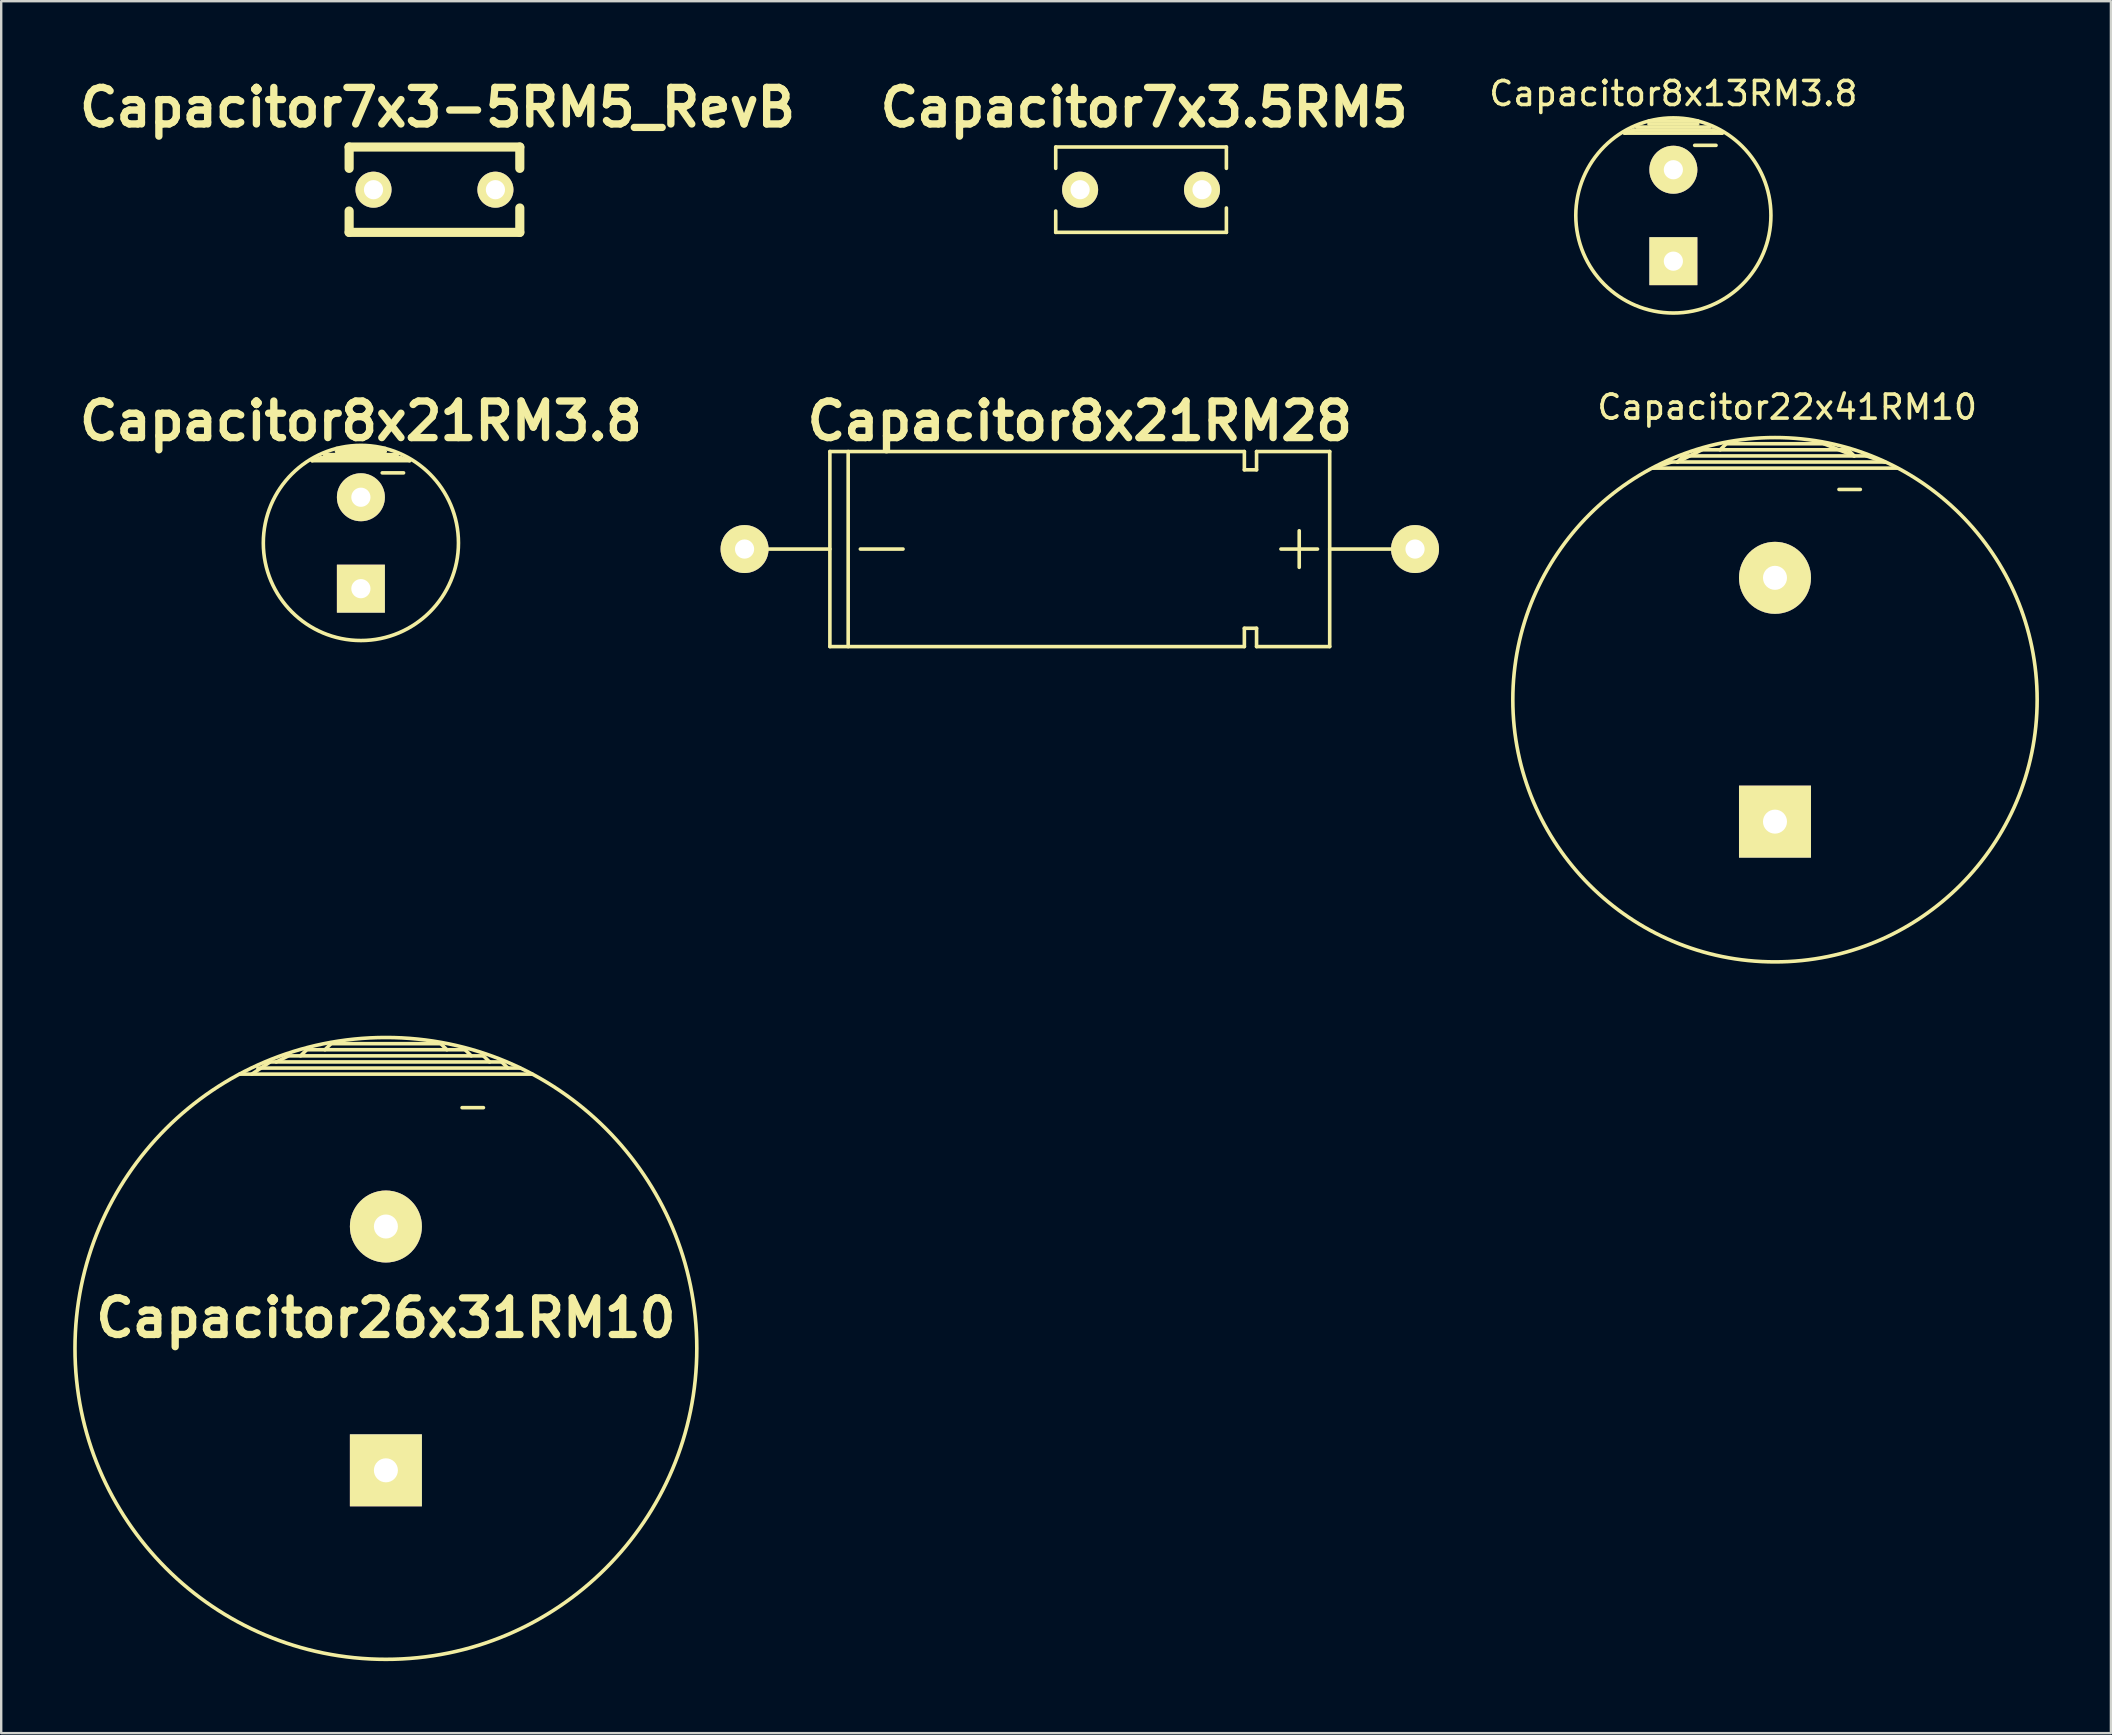
<source format=kicad_pcb>
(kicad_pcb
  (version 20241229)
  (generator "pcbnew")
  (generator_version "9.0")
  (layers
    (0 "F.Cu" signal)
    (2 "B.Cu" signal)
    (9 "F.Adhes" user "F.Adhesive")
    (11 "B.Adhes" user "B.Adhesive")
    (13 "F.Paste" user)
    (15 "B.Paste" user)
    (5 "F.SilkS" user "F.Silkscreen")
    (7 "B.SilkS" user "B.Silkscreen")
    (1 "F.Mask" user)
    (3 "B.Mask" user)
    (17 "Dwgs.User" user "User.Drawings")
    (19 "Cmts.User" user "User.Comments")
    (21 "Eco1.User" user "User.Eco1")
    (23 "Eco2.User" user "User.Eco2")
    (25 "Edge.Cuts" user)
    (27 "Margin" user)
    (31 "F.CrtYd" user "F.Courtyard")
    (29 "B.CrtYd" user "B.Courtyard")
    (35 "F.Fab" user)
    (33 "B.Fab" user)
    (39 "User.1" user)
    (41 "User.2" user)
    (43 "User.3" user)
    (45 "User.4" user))
  (footprint "Capacitor7x3-5RM5_RevB"
    (layer "F.Cu")
    (at 15.055 4.855)
    (property "Reference" "Capacitor7x3-5RM5_RevB" (at 0.127 -3.429 0) (layer "F.SilkS") (effects (font (size 1.524 1.524) (thickness 0.305))))
    (attr through_hole)
    (fp_line (start -3.556 -1.778) (end -3.556 -0.889) (stroke (width 0.381) (type solid)) (layer "F.SilkS"))
    (fp_line (start -3.556 1.778) (end -3.556 0.889) (stroke (width 0.381) (type solid)) (layer "F.SilkS"))
    (fp_line (start -3.556 1.778) (end 3.556 1.778) (stroke (width 0.381) (type solid)) (layer "F.SilkS"))
    (fp_line (start 3.556 -1.778) (end -3.556 -1.778) (stroke (width 0.381) (type solid)) (layer "F.SilkS"))
    (fp_line (start 3.556 -1.778) (end 3.556 -0.889) (stroke (width 0.381) (type solid)) (layer "F.SilkS"))
    (fp_line (start 3.556 1.778) (end 3.556 0.762) (stroke (width 0.381) (type solid)) (layer "F.SilkS"))
    (pad "1" thru_hole circle (at -2.54 0) (size 1.501 1.501) (drill 0.8) (layers "*.Cu" "*.Mask" "F.SilkS"))
    (pad "2" thru_hole circle (at 2.54 0) (size 1.501 1.501) (drill 0.8) (layers "*.Cu" "*.Mask" "F.SilkS")))
  (footprint "Capacitor26x31RM10"
    (layer "F.Cu")
    (at 13.031 53.141)
    (property "Reference" "Capacitor26x31RM10" (at 0 -1.27 0) (layer "F.SilkS") (effects (font (size 1.524 1.524) (thickness 0.305))))
    (attr through_hole)
    (fp_line (start -5.334 -11.684) (end 5.588 -11.684) (stroke (width 0.15) (type solid)) (layer "F.SilkS"))
    (fp_line (start -4.826 -11.938) (end -5.588 -11.43) (stroke (width 0.15) (type solid)) (layer "F.SilkS"))
    (fp_line (start -4.572 -11.938) (end -4.064 -12.192) (stroke (width 0.15) (type solid)) (layer "F.SilkS"))
    (fp_line (start -4.064 -12.192) (end 4.064 -12.192) (stroke (width 0.15) (type solid)) (layer "F.SilkS"))
    (fp_line (start -3.302 -12.446) (end -3.556 -12.192) (stroke (width 0.15) (type solid)) (layer "F.SilkS"))
    (fp_line (start -2.54 -12.446) (end -2.286 -12.7) (stroke (width 0.15) (type solid)) (layer "F.SilkS"))
    (fp_line (start -2.286 -12.7) (end 2.286 -12.7) (stroke (width 0.15) (type solid)) (layer "F.SilkS"))
    (fp_line (start 2.286 -12.7) (end 2.54 -12.446) (stroke (width 0.15) (type solid)) (layer "F.SilkS"))
    (fp_line (start 3.175 -10.033) (end 4.064 -10.033) (stroke (width 0.15) (type solid)) (layer "F.SilkS"))
    (fp_line (start 3.302 -12.446) (end -3.302 -12.446) (stroke (width 0.15) (type solid)) (layer "F.SilkS"))
    (fp_line (start 3.556 -12.192) (end 3.302 -12.446) (stroke (width 0.15) (type solid)) (layer "F.SilkS"))
    (fp_line (start 4.064 -12.192) (end 4.318 -11.938) (stroke (width 0.15) (type solid)) (layer "F.SilkS"))
    (fp_line (start 4.826 -11.938) (end -4.826 -11.938) (stroke (width 0.15) (type solid)) (layer "F.SilkS"))
    (fp_line (start 5.08 -11.684) (end 4.826 -11.938) (stroke (width 0.15) (type solid)) (layer "F.SilkS"))
    (fp_line (start 6.096 -11.43) (end -6.096 -11.43) (stroke (width 0.15) (type solid)) (layer "F.SilkS"))
    (fp_circle (center 0 0) (end -12.954 -0.254) (stroke (width 0.15) (type solid)) (fill no) (layer "F.SilkS"))
    (pad "1" thru_hole rect (at 0 5.08) (size 3 3) (drill 1.001) (layers "*.Cu" "*.Mask" "F.SilkS"))
    (pad "2" thru_hole circle (at 0 -5.08) (size 3 3) (drill 1.001) (layers "*.Cu" "*.Mask" "F.SilkS")))
  (footprint "Capacitor7x3.5RM5"
    (layer "F.Cu")
    (at 41.96 4.855)
    (property "Reference" "Capacitor7x3.5RM5" (at 2.667 -3.429 0) (layer "F.SilkS") (effects (font (size 1.524 1.524) (thickness 0.305))))
    (attr through_hole)
    (fp_line (start -1.016 -1.778) (end -1.016 -0.889) (stroke (width 0.15) (type solid)) (layer "F.SilkS"))
    (fp_line (start -1.016 1.778) (end -1.016 0.889) (stroke (width 0.15) (type solid)) (layer "F.SilkS"))
    (fp_line (start -1.016 1.778) (end 6.096 1.778) (stroke (width 0.15) (type solid)) (layer "F.SilkS"))
    (fp_line (start 6.096 -1.778) (end -1.016 -1.778) (stroke (width 0.15) (type solid)) (layer "F.SilkS"))
    (fp_line (start 6.096 -1.778) (end 6.096 -0.889) (stroke (width 0.15) (type solid)) (layer "F.SilkS"))
    (fp_line (start 6.096 1.778) (end 6.096 0.762) (stroke (width 0.15) (type solid)) (layer "F.SilkS"))
    (pad "1" thru_hole circle (at 0 0) (size 1.501 1.501) (drill 0.8) (layers "*.Cu" "*.Mask" "F.SilkS"))
    (pad "2" thru_hole circle (at 5.08 0) (size 1.501 1.501) (drill 0.8) (layers "*.Cu" "*.Mask" "F.SilkS")))
  (footprint "Capacitor8x13RM3.8"
    (layer "F.Cu")
    (at 66.682 5.928)
    (property "Reference" "Capacitor8x13RM3.8" (at 0 -5.08 0) (layer "F.SilkS") (effects (font (size 1 1) (thickness 0.15))))
    (attr through_hole)
    (fp_line (start -2.032 -3.429) (end -1.651 -3.556) (stroke (width 0.15) (type solid)) (layer "F.SilkS"))
    (fp_line (start -1.651 -3.556) (end 1.651 -3.556) (stroke (width 0.15) (type solid)) (layer "F.SilkS"))
    (fp_line (start -1.524 -3.683) (end 1.524 -3.683) (stroke (width 0.15) (type solid)) (layer "F.SilkS"))
    (fp_line (start -1.016 -3.81) (end 1.016 -3.81) (stroke (width 0.15) (type solid)) (layer "F.SilkS"))
    (fp_line (start 0.889 -2.921) (end 1.778 -2.921) (stroke (width 0.15) (type solid)) (layer "F.SilkS"))
    (fp_line (start 1.016 -3.937) (end -1.016 -3.937) (stroke (width 0.15) (type solid)) (layer "F.SilkS"))
    (fp_line (start 1.651 -3.556) (end 2.032 -3.429) (stroke (width 0.15) (type solid)) (layer "F.SilkS"))
    (fp_line (start 2.032 -3.429) (end -2.032 -3.429) (stroke (width 0.15) (type solid)) (layer "F.SilkS"))
    (fp_circle (center 0 0) (end -4.064 0.127) (stroke (width 0.15) (type solid)) (fill no) (layer "F.SilkS"))
    (pad "1" thru_hole rect (at 0 1.905) (size 1.999 1.999) (drill 0.8) (layers "*.Cu" "*.Mask" "F.SilkS"))
    (pad "2" thru_hole circle (at 0 -1.905) (size 1.999 1.999) (drill 0.8) (layers "*.Cu" "*.Mask" "F.SilkS")))
  (footprint "Capacitor22x41RM10"
    (layer "F.Cu")
    (at 70.917 26.109)
    (property "Reference" "Capacitor22x41RM10" (at 0.508 -12.192 0) (layer "F.SilkS") (effects (font (size 1 1) (thickness 0.15))))
    (attr through_hole)
    (fp_line (start -5.08 -9.652) (end -4.318 -9.906) (stroke (width 0.15) (type solid)) (layer "F.SilkS"))
    (fp_line (start -4.318 -9.906) (end 4.572 -9.906) (stroke (width 0.15) (type solid)) (layer "F.SilkS"))
    (fp_line (start -4.064 -9.906) (end -3.048 -10.414) (stroke (width 0.15) (type solid)) (layer "F.SilkS"))
    (fp_line (start -3.81 -10.16) (end -4.064 -9.906) (stroke (width 0.15) (type solid)) (layer "F.SilkS"))
    (fp_line (start -3.048 -10.414) (end 3.048 -10.414) (stroke (width 0.15) (type solid)) (layer "F.SilkS"))
    (fp_line (start -2.032 -10.668) (end -2.286 -10.414) (stroke (width 0.15) (type solid)) (layer "F.SilkS"))
    (fp_line (start 2.032 -10.668) (end -2.032 -10.668) (stroke (width 0.15) (type solid)) (layer "F.SilkS"))
    (fp_line (start 2.667 -8.763) (end 3.556 -8.763) (stroke (width 0.15) (type solid)) (layer "F.SilkS"))
    (fp_line (start 3.048 -10.414) (end 3.302 -10.16) (stroke (width 0.15) (type solid)) (layer "F.SilkS"))
    (fp_line (start 3.302 -10.16) (end 2.032 -10.668) (stroke (width 0.15) (type solid)) (layer "F.SilkS"))
    (fp_line (start 3.81 -10.16) (end -3.81 -10.16) (stroke (width 0.15) (type solid)) (layer "F.SilkS"))
    (fp_line (start 4.572 -9.906) (end 3.81 -10.16) (stroke (width 0.15) (type solid)) (layer "F.SilkS"))
    (fp_line (start 5.08 -9.652) (end -5.08 -9.652) (stroke (width 0.15) (type solid)) (layer "F.SilkS"))
    (fp_circle (center 0 0) (end 10.922 -0.254) (stroke (width 0.15) (type solid)) (fill no) (layer "F.SilkS"))
    (pad "1" thru_hole rect (at 0 5.08) (size 3 3) (drill 1.001) (layers "*.Cu" "*.Mask" "F.SilkS"))
    (pad "2" thru_hole circle (at 0 -5.08) (size 3 3) (drill 1.001) (layers "*.Cu" "*.Mask" "F.SilkS")))
  (footprint "Capacitor8x21RM28"
    (layer "F.Cu")
    (at 41.947 19.83)
    (property "Reference" "Capacitor8x21RM28" (at 0 -5.334 0) (layer "F.SilkS") (effects (font (size 1.524 1.524) (thickness 0.305))))
    (attr through_hole)
    (fp_line (start -10.414 0) (end -13.97 0) (stroke (width 0.15) (type solid)) (layer "F.SilkS"))
    (fp_line (start -10.414 4.064) (end -10.414 -4.064) (stroke (width 0.15) (type solid)) (layer "F.SilkS"))
    (fp_line (start -10.414 4.064) (end 6.858 4.064) (stroke (width 0.15) (type solid)) (layer "F.SilkS"))
    (fp_line (start -9.652 -4.064) (end -9.652 4.064) (stroke (width 0.15) (type solid)) (layer "F.SilkS"))
    (fp_line (start -9.144 0) (end -7.366 0) (stroke (width 0.15) (type solid)) (layer "F.SilkS"))
    (fp_line (start 6.858 -4.064) (end -10.414 -4.064) (stroke (width 0.15) (type solid)) (layer "F.SilkS"))
    (fp_line (start 6.858 -3.302) (end 6.858 -4.064) (stroke (width 0.15) (type solid)) (layer "F.SilkS"))
    (fp_line (start 6.858 3.302) (end 7.366 3.302) (stroke (width 0.15) (type solid)) (layer "F.SilkS"))
    (fp_line (start 6.858 4.064) (end 6.858 3.302) (stroke (width 0.15) (type solid)) (layer "F.SilkS"))
    (fp_line (start 7.366 -4.064) (end 7.366 -3.302) (stroke (width 0.15) (type solid)) (layer "F.SilkS"))
    (fp_line (start 7.366 -3.302) (end 6.858 -3.302) (stroke (width 0.15) (type solid)) (layer "F.SilkS"))
    (fp_line (start 7.366 3.302) (end 7.366 4.064) (stroke (width 0.15) (type solid)) (layer "F.SilkS"))
    (fp_line (start 7.366 4.064) (end 10.414 4.064) (stroke (width 0.15) (type solid)) (layer "F.SilkS"))
    (fp_line (start 9.144 0.762) (end 9.144 -0.762) (stroke (width 0.15) (type solid)) (layer "F.SilkS"))
    (fp_line (start 9.906 0) (end 8.382 0) (stroke (width 0.15) (type solid)) (layer "F.SilkS"))
    (fp_line (start 10.414 -4.064) (end 7.366 -4.064) (stroke (width 0.15) (type solid)) (layer "F.SilkS"))
    (fp_line (start 10.414 -4.064) (end 10.414 4.064) (stroke (width 0.15) (type solid)) (layer "F.SilkS"))
    (fp_line (start 10.414 0) (end 13.97 0) (stroke (width 0.15) (type solid)) (layer "F.SilkS"))
    (pad "1" thru_hole circle (at 13.97 0) (size 1.999 1.999) (drill 0.8) (layers "*.Cu" "*.Mask" "F.SilkS"))
    (pad "2" thru_hole circle (at -13.97 0) (size 1.999 1.999) (drill 0.8) (layers "*.Cu" "*.Mask" "F.SilkS")))
  (footprint "Capacitor8x21RM3.8"
    (layer "F.Cu")
    (at 11.989 19.576)
    (property "Reference" "Capacitor8x21RM3.8" (at 0 -5.08 0) (layer "F.SilkS") (effects (font (size 1.524 1.524) (thickness 0.305))))
    (attr through_hole)
    (fp_line (start -2.032 -3.429) (end -1.651 -3.556) (stroke (width 0.15) (type solid)) (layer "F.SilkS"))
    (fp_line (start -1.651 -3.556) (end 1.651 -3.556) (stroke (width 0.15) (type solid)) (layer "F.SilkS"))
    (fp_line (start -1.524 -3.683) (end 1.524 -3.683) (stroke (width 0.15) (type solid)) (layer "F.SilkS"))
    (fp_line (start -1.016 -3.81) (end 1.016 -3.81) (stroke (width 0.15) (type solid)) (layer "F.SilkS"))
    (fp_line (start 0.889 -2.921) (end 1.778 -2.921) (stroke (width 0.15) (type solid)) (layer "F.SilkS"))
    (fp_line (start 1.016 -3.937) (end -1.016 -3.937) (stroke (width 0.15) (type solid)) (layer "F.SilkS"))
    (fp_line (start 1.651 -3.556) (end 2.032 -3.429) (stroke (width 0.15) (type solid)) (layer "F.SilkS"))
    (fp_line (start 2.032 -3.429) (end -2.032 -3.429) (stroke (width 0.15) (type solid)) (layer "F.SilkS"))
    (fp_circle (center 0 0) (end -4.064 0.127) (stroke (width 0.15) (type solid)) (fill no) (layer "F.SilkS"))
    (pad "1" thru_hole rect (at 0 1.905) (size 1.999 1.999) (drill 0.8) (layers "*.Cu" "*.Mask" "F.SilkS"))
    (pad "2" thru_hole circle (at 0 -1.905) (size 1.999 1.999) (drill 0.8) (layers "*.Cu" "*.Mask" "F.SilkS")))
  (gr_rect
    (start -3 -3)
    (end 84.916 69.172)
    (stroke (width 0.1) (type default))
    (fill no)
    (layer "Edge.Cuts")))
</source>
